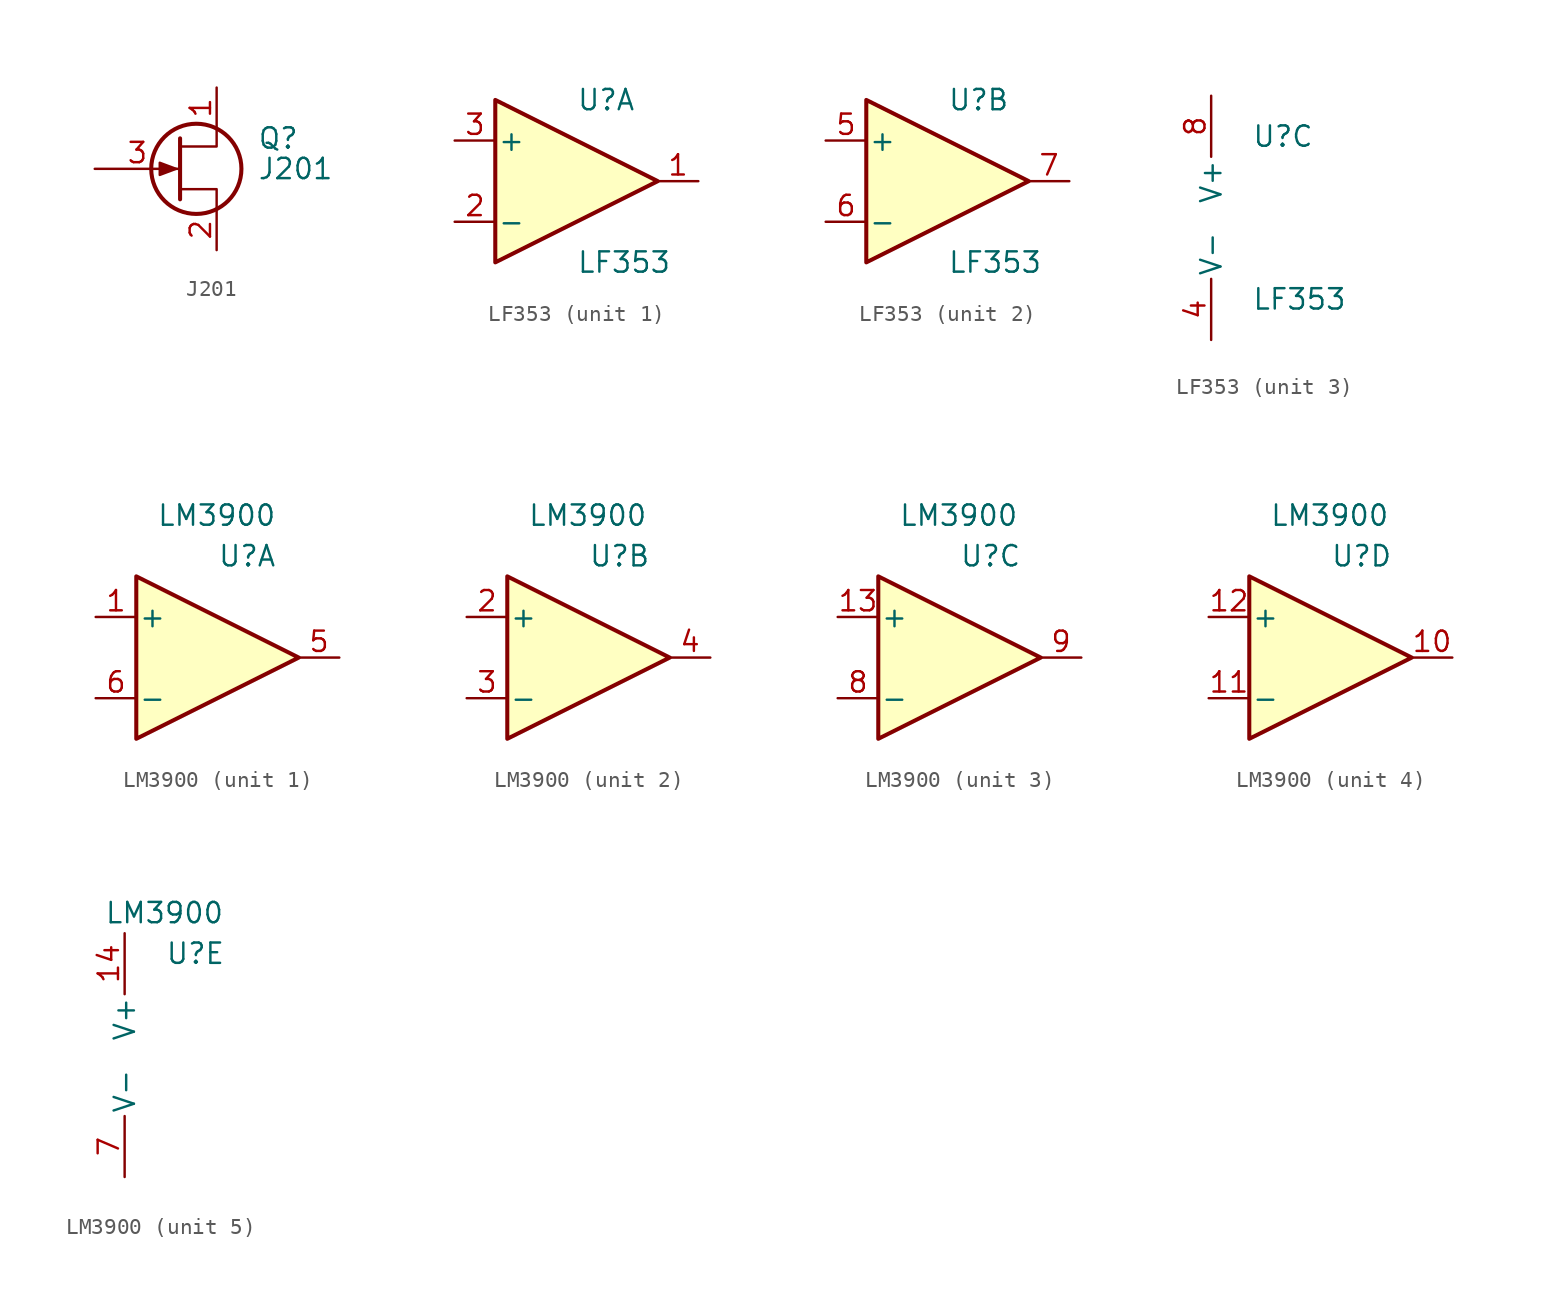
<source format=kicad_sym>
(kicad_symbol_lib
  (version 20220914)
  (generator kicad_symbol_editor)
  (symbol "J201"
    (pin_names
      (offset 0) hide)
    (property "Reference" "Q"
      (at 5.08 1.905 0)
      (effects (font (size 1.27 1.27)) (justify left)))
    (property "Value" "J201"
      (at 5.08 0 0)
      (effects (font (size 1.27 1.27)) (justify left)))
    (symbol "J201_0_1"
      (polyline (pts (xy 0.254 1.905) (xy 0.254 -1.905) (xy 0.254 -1.905)) (stroke (width 0.254) (type default)) (fill (type none)))
      (polyline (pts (xy 2.54 -2.54) (xy 2.54 -1.27) (xy 0.254 -1.27)) (stroke (width 0) (type default)) (fill (type none)))
      (polyline (pts (xy 2.54 2.54) (xy 2.54 1.397) (xy 0.254 1.397)) (stroke (width 0) (type default)) (fill (type none)))
      (polyline (pts (xy 0 0) (xy -1.016 0.381) (xy -1.016 -0.381) (xy 0 0)) (stroke (width 0) (type default)) (fill (type outline)))
      (circle (center 1.27 0) (radius 2.819) (stroke (width 0.254) (type default)) (fill (type none))))
    (symbol "J201_1_1"
      (pin passive line (at 2.54 5.08 270) (length 2.54) (name "D" (effects (font (size 1.27 1.27)))) (number "1" (effects (font (size 1.27 1.27)))))
      (pin passive line (at 2.54 -5.08 90) (length 2.54) (name "S" (effects (font (size 1.27 1.27)))) (number "2" (effects (font (size 1.27 1.27)))))
      (pin input line (at -5.08 0 0) (length 5.334) (name "G" (effects (font (size 1.27 1.27)))) (number "3" (effects (font (size 1.27 1.27)))))))
  (symbol "LF353"
    (pin_names
      (offset 0.127))
    (property "Reference" "U"
      (at 0 5.08 0)
      (effects (font (size 1.27 1.27)) (justify left)))
    (property "Value" "LF353"
      (at 0 -5.08 0)
      (effects (font (size 1.27 1.27)) (justify left)))
    (property "ki_locked" ""
      (at 0 0 0)
      (effects (font (size 1.27 1.27))))
    (symbol "LF353_1_1"
      (polyline (pts (xy -5.08 5.08) (xy 5.08 0) (xy -5.08 -5.08) (xy -5.08 5.08)) (stroke (width 0.254) (type default)) (fill (type background)))
      (pin output line (at 7.62 0 180) (length 2.54) (name "~" (effects (font (size 1.27 1.27)))) (number "1" (effects (font (size 1.27 1.27)))))
      (pin input line (at -7.62 -2.54 0) (length 2.54) (name "-" (effects (font (size 1.27 1.27)))) (number "2" (effects (font (size 1.27 1.27)))))
      (pin input line (at -7.62 2.54 0) (length 2.54) (name "+" (effects (font (size 1.27 1.27)))) (number "3" (effects (font (size 1.27 1.27))))))
    (symbol "LF353_2_1"
      (polyline (pts (xy -5.08 5.08) (xy 5.08 0) (xy -5.08 -5.08) (xy -5.08 5.08)) (stroke (width 0.254) (type default)) (fill (type background)))
      (pin input line (at -7.62 2.54 0) (length 2.54) (name "+" (effects (font (size 1.27 1.27)))) (number "5" (effects (font (size 1.27 1.27)))))
      (pin input line (at -7.62 -2.54 0) (length 2.54) (name "-" (effects (font (size 1.27 1.27)))) (number "6" (effects (font (size 1.27 1.27)))))
      (pin output line (at 7.62 0 180) (length 2.54) (name "~" (effects (font (size 1.27 1.27)))) (number "7" (effects (font (size 1.27 1.27))))))
    (symbol "LF353_3_1"
      (pin power_in line (at -2.54 -7.62 90) (length 3.81) (name "V-" (effects (font (size 1.27 1.27)))) (number "4" (effects (font (size 1.27 1.27)))))
      (pin power_in line (at -2.54 7.62 270) (length 3.81) (name "V+" (effects (font (size 1.27 1.27)))) (number "8" (effects (font (size 1.27 1.27)))))))
  (symbol "LM3900"
    (pin_names
      (offset 0.127))
    (property "Reference" "U"
      (at 0 6.35 0)
      (effects (font (size 1.27 1.27)) (justify left)))
    (property "Value" "LM3900"
      (at -3.81 8.89 0)
      (effects (font (size 1.27 1.27)) (justify left)))
    (property "ki_locked" ""
      (at 0 0 0)
      (effects (font (size 1.27 1.27))))
    (symbol "LM3900_1_1"
      (polyline (pts (xy -5.08 5.08) (xy 5.08 0) (xy -5.08 -5.08) (xy -5.08 5.08)) (stroke (width 0.254) (type default)) (fill (type background)))
      (pin input line (at -7.62 2.54 0) (length 2.54) (name "+" (effects (font (size 1.27 1.27)))) (number "1" (effects (font (size 1.27 1.27)))))
      (pin output line (at 7.62 0 180) (length 2.54) (name "~" (effects (font (size 1.27 1.27)))) (number "5" (effects (font (size 1.27 1.27)))))
      (pin input line (at -7.62 -2.54 0) (length 2.54) (name "-" (effects (font (size 1.27 1.27)))) (number "6" (effects (font (size 1.27 1.27))))))
    (symbol "LM3900_2_1"
      (polyline (pts (xy -5.08 5.08) (xy 5.08 0) (xy -5.08 -5.08) (xy -5.08 5.08)) (stroke (width 0.254) (type default)) (fill (type background)))
      (pin input line (at -7.62 2.54 0) (length 2.54) (name "+" (effects (font (size 1.27 1.27)))) (number "2" (effects (font (size 1.27 1.27)))))
      (pin input line (at -7.62 -2.54 0) (length 2.54) (name "-" (effects (font (size 1.27 1.27)))) (number "3" (effects (font (size 1.27 1.27)))))
      (pin output line (at 7.62 0 180) (length 2.54) (name "~" (effects (font (size 1.27 1.27)))) (number "4" (effects (font (size 1.27 1.27))))))
    (symbol "LM3900_3_1"
      (polyline (pts (xy -5.08 5.08) (xy 5.08 0) (xy -5.08 -5.08) (xy -5.08 5.08)) (stroke (width 0.254) (type default)) (fill (type background)))
      (pin input line (at -7.62 2.54 0) (length 2.54) (name "+" (effects (font (size 1.27 1.27)))) (number "13" (effects (font (size 1.27 1.27)))))
      (pin input line (at -7.62 -2.54 0) (length 2.54) (name "-" (effects (font (size 1.27 1.27)))) (number "8" (effects (font (size 1.27 1.27)))))
      (pin output line (at 7.62 0 180) (length 2.54) (name "~" (effects (font (size 1.27 1.27)))) (number "9" (effects (font (size 1.27 1.27))))))
    (symbol "LM3900_4_1"
      (polyline (pts (xy -5.08 5.08) (xy 5.08 0) (xy -5.08 -5.08) (xy -5.08 5.08)) (stroke (width 0.254) (type default)) (fill (type background)))
      (pin output line (at 7.62 0 180) (length 2.54) (name "~" (effects (font (size 1.27 1.27)))) (number "10" (effects (font (size 1.27 1.27)))))
      (pin input line (at -7.62 -2.54 0) (length 2.54) (name "-" (effects (font (size 1.27 1.27)))) (number "11" (effects (font (size 1.27 1.27)))))
      (pin input line (at -7.62 2.54 0) (length 2.54) (name "+" (effects (font (size 1.27 1.27)))) (number "12" (effects (font (size 1.27 1.27))))))
    (symbol "LM3900_5_1"
      (pin power_in line (at -2.54 7.62 270) (length 3.81) (name "V+" (effects (font (size 1.27 1.27)))) (number "14" (effects (font (size 1.27 1.27)))))
      (pin power_in line (at -2.54 -7.62 90) (length 3.81) (name "V-" (effects (font (size 1.27 1.27)))) (number "7" (effects (font (size 1.27 1.27))))))))
</source>
